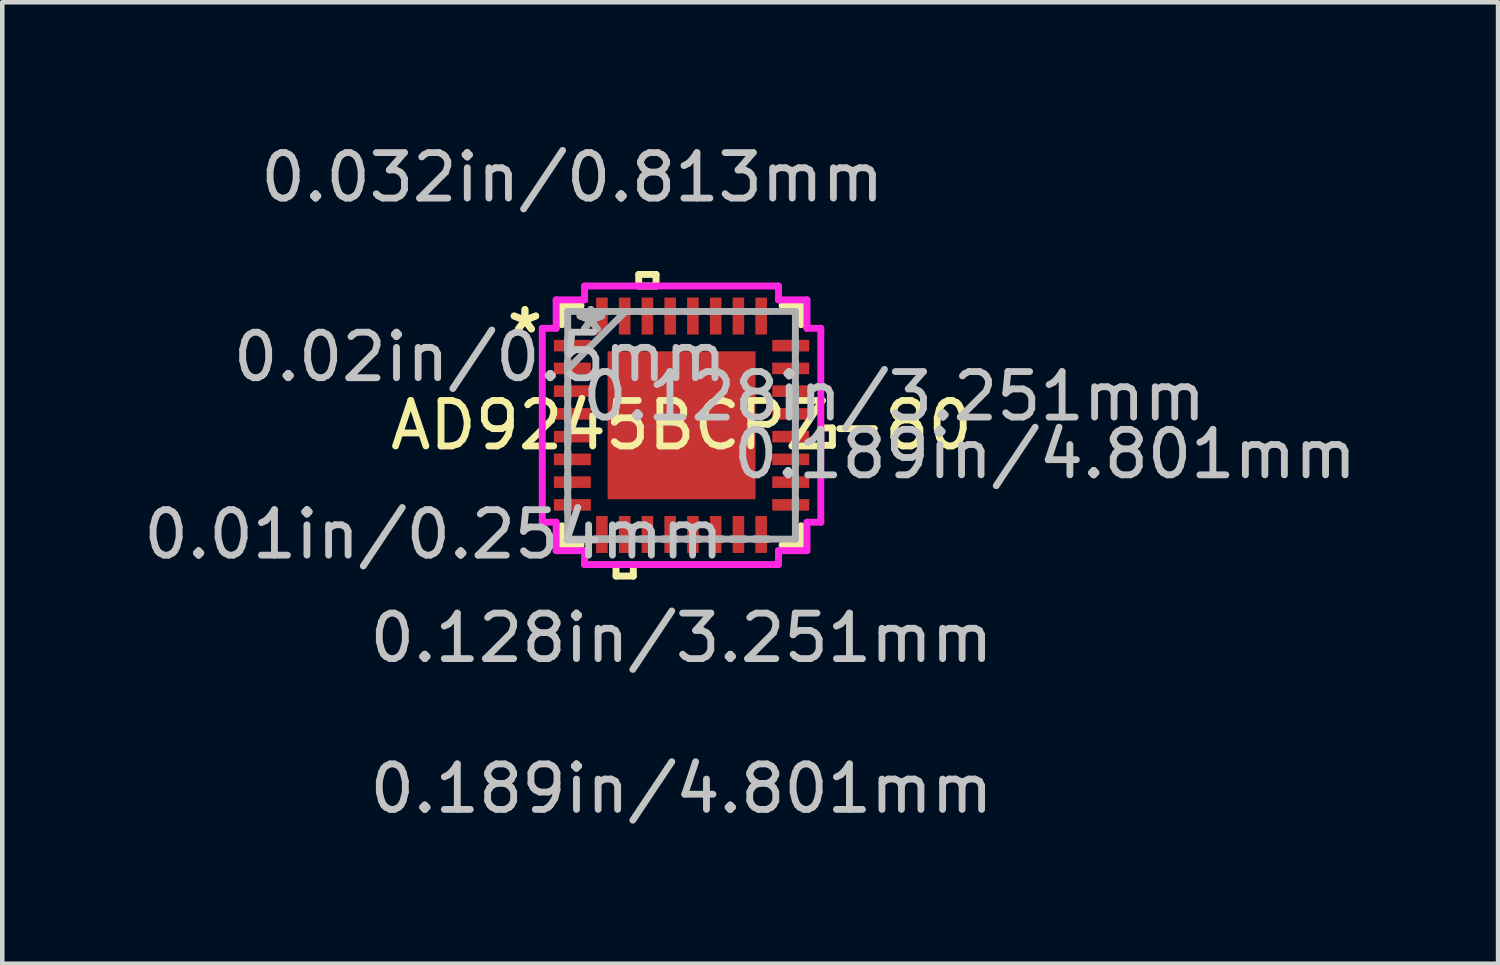
<source format=kicad_pcb>
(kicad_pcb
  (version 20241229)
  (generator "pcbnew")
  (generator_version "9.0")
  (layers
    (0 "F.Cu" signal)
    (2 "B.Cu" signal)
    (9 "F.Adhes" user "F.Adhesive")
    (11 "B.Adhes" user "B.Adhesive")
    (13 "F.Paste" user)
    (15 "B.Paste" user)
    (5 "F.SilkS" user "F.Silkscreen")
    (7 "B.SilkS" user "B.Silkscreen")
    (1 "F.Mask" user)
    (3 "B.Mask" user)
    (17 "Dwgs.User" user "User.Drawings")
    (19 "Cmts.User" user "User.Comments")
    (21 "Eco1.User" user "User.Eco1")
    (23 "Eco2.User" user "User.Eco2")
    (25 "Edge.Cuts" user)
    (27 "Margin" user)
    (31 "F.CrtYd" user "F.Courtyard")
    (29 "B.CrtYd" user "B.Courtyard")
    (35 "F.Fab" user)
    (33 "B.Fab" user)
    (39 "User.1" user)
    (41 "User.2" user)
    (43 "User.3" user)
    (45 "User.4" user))
  (footprint "AD9245BCPZ-80"
    (layer "F.Cu")
    (at 11.93 6.297)
    (property "Reference" "AD9245BCPZ-80" (at 0 0 0) (layer "F.SilkS") (effects (font (size 1 1) (thickness 0.15))))
    (attr through_hole)
    (fp_line (start -2.629 -2.629) (end -2.629 -2.21) (stroke (width 0.152) (type solid)) (layer "F.SilkS"))
    (fp_line (start -2.629 2.21) (end -2.629 2.629) (stroke (width 0.152) (type solid)) (layer "F.SilkS"))
    (fp_line (start -2.629 2.629) (end -2.21 2.629) (stroke (width 0.152) (type solid)) (layer "F.SilkS"))
    (fp_line (start -2.21 -2.629) (end -2.629 -2.629) (stroke (width 0.152) (type solid)) (layer "F.SilkS"))
    (fp_line (start -1.44 3.061) (end -1.44 3.315) (stroke (width 0.152) (type solid)) (layer "F.SilkS"))
    (fp_line (start -1.44 3.315) (end -1.06 3.315) (stroke (width 0.152) (type solid)) (layer "F.SilkS"))
    (fp_line (start -1.06 3.061) (end -1.44 3.061) (stroke (width 0.152) (type solid)) (layer "F.SilkS"))
    (fp_line (start -1.06 3.315) (end -1.06 3.061) (stroke (width 0.152) (type solid)) (layer "F.SilkS"))
    (fp_line (start -0.941 -3.315) (end -0.56 -3.315) (stroke (width 0.152) (type solid)) (layer "F.SilkS"))
    (fp_line (start -0.941 -3.061) (end -0.941 -3.315) (stroke (width 0.152) (type solid)) (layer "F.SilkS"))
    (fp_line (start -0.56 -3.315) (end -0.56 -3.061) (stroke (width 0.152) (type solid)) (layer "F.SilkS"))
    (fp_line (start -0.56 -3.061) (end -0.941 -3.061) (stroke (width 0.152) (type solid)) (layer "F.SilkS"))
    (fp_line (start 2.21 2.629) (end 2.629 2.629) (stroke (width 0.152) (type solid)) (layer "F.SilkS"))
    (fp_line (start 2.629 -2.629) (end 2.21 -2.629) (stroke (width 0.152) (type solid)) (layer "F.SilkS"))
    (fp_line (start 2.629 -2.21) (end 2.629 -2.629) (stroke (width 0.152) (type solid)) (layer "F.SilkS"))
    (fp_line (start 2.629 2.629) (end 2.629 2.21) (stroke (width 0.152) (type solid)) (layer "F.SilkS"))
    (fp_line (start 3.061 0.059) (end 3.315 0.059) (stroke (width 0.152) (type solid)) (layer "F.SilkS"))
    (fp_line (start 3.061 0.441) (end 3.061 0.059) (stroke (width 0.152) (type solid)) (layer "F.SilkS"))
    (fp_line (start 3.315 0.059) (end 3.315 0.441) (stroke (width 0.152) (type solid)) (layer "F.SilkS"))
    (fp_line (start 3.315 0.441) (end 3.061 0.441) (stroke (width 0.152) (type solid)) (layer "F.SilkS"))
    (fp_line (start -1.526 -1.526) (end -1.526 -0.1) (stroke (width 0.152) (type solid)) (layer "F.Paste"))
    (fp_line (start -1.526 -0.1) (end -0.1 -0.1) (stroke (width 0.152) (type solid)) (layer "F.Paste"))
    (fp_line (start -1.526 0.1) (end -1.526 1.526) (stroke (width 0.152) (type solid)) (layer "F.Paste"))
    (fp_line (start -1.526 1.526) (end -0.1 1.526) (stroke (width 0.152) (type solid)) (layer "F.Paste"))
    (fp_line (start -0.1 -1.526) (end -1.526 -1.526) (stroke (width 0.152) (type solid)) (layer "F.Paste"))
    (fp_line (start -0.1 -0.1) (end -0.1 -1.526) (stroke (width 0.152) (type solid)) (layer "F.Paste"))
    (fp_line (start -0.1 0.1) (end -1.526 0.1) (stroke (width 0.152) (type solid)) (layer "F.Paste"))
    (fp_line (start -0.1 1.526) (end -0.1 0.1) (stroke (width 0.152) (type solid)) (layer "F.Paste"))
    (fp_line (start 0.1 -1.526) (end 0.1 -0.1) (stroke (width 0.152) (type solid)) (layer "F.Paste"))
    (fp_line (start 0.1 -0.1) (end 1.526 -0.1) (stroke (width 0.152) (type solid)) (layer "F.Paste"))
    (fp_line (start 0.1 0.1) (end 0.1 1.526) (stroke (width 0.152) (type solid)) (layer "F.Paste"))
    (fp_line (start 0.1 1.526) (end 1.526 1.526) (stroke (width 0.152) (type solid)) (layer "F.Paste"))
    (fp_line (start 1.526 -1.526) (end 0.1 -1.526) (stroke (width 0.152) (type solid)) (layer "F.Paste"))
    (fp_line (start 1.526 -0.1) (end 1.526 -1.526) (stroke (width 0.152) (type solid)) (layer "F.Paste"))
    (fp_line (start 1.526 0.1) (end 0.1 0.1) (stroke (width 0.152) (type solid)) (layer "F.Paste"))
    (fp_line (start 1.526 1.526) (end 1.526 0.1) (stroke (width 0.152) (type solid)) (layer "F.Paste"))
    (fp_line (start -3.061 -2.131) (end -2.756 -2.131) (stroke (width 0.152) (type solid)) (layer "F.CrtYd"))
    (fp_line (start -3.061 2.131) (end -3.061 -2.131) (stroke (width 0.152) (type solid)) (layer "F.CrtYd"))
    (fp_line (start -2.756 -2.756) (end -2.131 -2.756) (stroke (width 0.152) (type solid)) (layer "F.CrtYd"))
    (fp_line (start -2.756 -2.131) (end -2.756 -2.756) (stroke (width 0.152) (type solid)) (layer "F.CrtYd"))
    (fp_line (start -2.756 2.131) (end -3.061 2.131) (stroke (width 0.152) (type solid)) (layer "F.CrtYd"))
    (fp_line (start -2.756 2.756) (end -2.756 2.131) (stroke (width 0.152) (type solid)) (layer "F.CrtYd"))
    (fp_line (start -2.131 -3.061) (end 2.131 -3.061) (stroke (width 0.152) (type solid)) (layer "F.CrtYd"))
    (fp_line (start -2.131 -2.756) (end -2.131 -3.061) (stroke (width 0.152) (type solid)) (layer "F.CrtYd"))
    (fp_line (start -2.131 2.756) (end -2.756 2.756) (stroke (width 0.152) (type solid)) (layer "F.CrtYd"))
    (fp_line (start -2.131 3.061) (end -2.131 2.756) (stroke (width 0.152) (type solid)) (layer "F.CrtYd"))
    (fp_line (start 2.131 -3.061) (end 2.131 -2.756) (stroke (width 0.152) (type solid)) (layer "F.CrtYd"))
    (fp_line (start 2.131 -2.756) (end 2.756 -2.756) (stroke (width 0.152) (type solid)) (layer "F.CrtYd"))
    (fp_line (start 2.131 2.756) (end 2.131 3.061) (stroke (width 0.152) (type solid)) (layer "F.CrtYd"))
    (fp_line (start 2.131 3.061) (end -2.131 3.061) (stroke (width 0.152) (type solid)) (layer "F.CrtYd"))
    (fp_line (start 2.756 -2.756) (end 2.756 -2.131) (stroke (width 0.152) (type solid)) (layer "F.CrtYd"))
    (fp_line (start 2.756 -2.131) (end 3.061 -2.131) (stroke (width 0.152) (type solid)) (layer "F.CrtYd"))
    (fp_line (start 2.756 2.131) (end 2.756 2.756) (stroke (width 0.152) (type solid)) (layer "F.CrtYd"))
    (fp_line (start 2.756 2.756) (end 2.131 2.756) (stroke (width 0.152) (type solid)) (layer "F.CrtYd"))
    (fp_line (start 3.061 -2.131) (end 3.061 2.131) (stroke (width 0.152) (type solid)) (layer "F.CrtYd"))
    (fp_line (start 3.061 2.131) (end 2.756 2.131) (stroke (width 0.152) (type solid)) (layer "F.CrtYd"))
    (fp_line (start -2.502 -2.502) (end -2.502 -2.502) (stroke (width 0.152) (type solid)) (layer "F.Fab"))
    (fp_line (start -2.502 -2.502) (end -2.502 2.502) (stroke (width 0.152) (type solid)) (layer "F.Fab"))
    (fp_line (start -2.502 -1.902) (end -2.502 -1.902) (stroke (width 0.152) (type solid)) (layer "F.Fab"))
    (fp_line (start -2.502 -1.902) (end -2.502 -1.598) (stroke (width 0.152) (type solid)) (layer "F.Fab"))
    (fp_line (start -2.502 -1.598) (end -2.502 -1.902) (stroke (width 0.152) (type solid)) (layer "F.Fab"))
    (fp_line (start -2.502 -1.598) (end -2.502 -1.598) (stroke (width 0.152) (type solid)) (layer "F.Fab"))
    (fp_line (start -2.502 -1.402) (end -2.502 -1.402) (stroke (width 0.152) (type solid)) (layer "F.Fab"))
    (fp_line (start -2.502 -1.402) (end -2.502 -1.098) (stroke (width 0.152) (type solid)) (layer "F.Fab"))
    (fp_line (start -2.502 -1.232) (end -1.232 -2.502) (stroke (width 0.152) (type solid)) (layer "F.Fab"))
    (fp_line (start -2.502 -1.098) (end -2.502 -1.402) (stroke (width 0.152) (type solid)) (layer "F.Fab"))
    (fp_line (start -2.502 -1.098) (end -2.502 -1.098) (stroke (width 0.152) (type solid)) (layer "F.Fab"))
    (fp_line (start -2.502 -0.902) (end -2.502 -0.902) (stroke (width 0.152) (type solid)) (layer "F.Fab"))
    (fp_line (start -2.502 -0.902) (end -2.502 -0.598) (stroke (width 0.152) (type solid)) (layer "F.Fab"))
    (fp_line (start -2.502 -0.598) (end -2.502 -0.902) (stroke (width 0.152) (type solid)) (layer "F.Fab"))
    (fp_line (start -2.502 -0.598) (end -2.502 -0.598) (stroke (width 0.152) (type solid)) (layer "F.Fab"))
    (fp_line (start -2.502 -0.402) (end -2.502 -0.402) (stroke (width 0.152) (type solid)) (layer "F.Fab"))
    (fp_line (start -2.502 -0.402) (end -2.502 -0.098) (stroke (width 0.152) (type solid)) (layer "F.Fab"))
    (fp_line (start -2.502 -0.098) (end -2.502 -0.402) (stroke (width 0.152) (type solid)) (layer "F.Fab"))
    (fp_line (start -2.502 -0.098) (end -2.502 -0.098) (stroke (width 0.152) (type solid)) (layer "F.Fab"))
    (fp_line (start -2.502 0.098) (end -2.502 0.098) (stroke (width 0.152) (type solid)) (layer "F.Fab"))
    (fp_line (start -2.502 0.098) (end -2.502 0.402) (stroke (width 0.152) (type solid)) (layer "F.Fab"))
    (fp_line (start -2.502 0.402) (end -2.502 0.098) (stroke (width 0.152) (type solid)) (layer "F.Fab"))
    (fp_line (start -2.502 0.402) (end -2.502 0.402) (stroke (width 0.152) (type solid)) (layer "F.Fab"))
    (fp_line (start -2.502 0.598) (end -2.502 0.598) (stroke (width 0.152) (type solid)) (layer "F.Fab"))
    (fp_line (start -2.502 0.598) (end -2.502 0.902) (stroke (width 0.152) (type solid)) (layer "F.Fab"))
    (fp_line (start -2.502 0.902) (end -2.502 0.598) (stroke (width 0.152) (type solid)) (layer "F.Fab"))
    (fp_line (start -2.502 0.902) (end -2.502 0.902) (stroke (width 0.152) (type solid)) (layer "F.Fab"))
    (fp_line (start -2.502 1.098) (end -2.502 1.098) (stroke (width 0.152) (type solid)) (layer "F.Fab"))
    (fp_line (start -2.502 1.098) (end -2.502 1.402) (stroke (width 0.152) (type solid)) (layer "F.Fab"))
    (fp_line (start -2.502 1.402) (end -2.502 1.098) (stroke (width 0.152) (type solid)) (layer "F.Fab"))
    (fp_line (start -2.502 1.402) (end -2.502 1.402) (stroke (width 0.152) (type solid)) (layer "F.Fab"))
    (fp_line (start -2.502 1.598) (end -2.502 1.598) (stroke (width 0.152) (type solid)) (layer "F.Fab"))
    (fp_line (start -2.502 1.598) (end -2.502 1.902) (stroke (width 0.152) (type solid)) (layer "F.Fab"))
    (fp_line (start -2.502 1.902) (end -2.502 1.598) (stroke (width 0.152) (type solid)) (layer "F.Fab"))
    (fp_line (start -2.502 1.902) (end -2.502 1.902) (stroke (width 0.152) (type solid)) (layer "F.Fab"))
    (fp_line (start -2.502 2.502) (end -2.502 2.502) (stroke (width 0.152) (type solid)) (layer "F.Fab"))
    (fp_line (start -2.502 2.502) (end 2.502 2.502) (stroke (width 0.152) (type solid)) (layer "F.Fab"))
    (fp_line (start -1.902 -2.502) (end -1.902 -2.502) (stroke (width 0.152) (type solid)) (layer "F.Fab"))
    (fp_line (start -1.902 -2.502) (end -1.598 -2.502) (stroke (width 0.152) (type solid)) (layer "F.Fab"))
    (fp_line (start -1.902 2.502) (end -1.902 2.502) (stroke (width 0.152) (type solid)) (layer "F.Fab"))
    (fp_line (start -1.902 2.502) (end -1.598 2.502) (stroke (width 0.152) (type solid)) (layer "F.Fab"))
    (fp_line (start -1.598 -2.502) (end -1.902 -2.502) (stroke (width 0.152) (type solid)) (layer "F.Fab"))
    (fp_line (start -1.598 -2.502) (end -1.598 -2.502) (stroke (width 0.152) (type solid)) (layer "F.Fab"))
    (fp_line (start -1.598 2.502) (end -1.902 2.502) (stroke (width 0.152) (type solid)) (layer "F.Fab"))
    (fp_line (start -1.598 2.502) (end -1.598 2.502) (stroke (width 0.152) (type solid)) (layer "F.Fab"))
    (fp_line (start -1.402 -2.502) (end -1.402 -2.502) (stroke (width 0.152) (type solid)) (layer "F.Fab"))
    (fp_line (start -1.402 -2.502) (end -1.098 -2.502) (stroke (width 0.152) (type solid)) (layer "F.Fab"))
    (fp_line (start -1.402 2.502) (end -1.402 2.502) (stroke (width 0.152) (type solid)) (layer "F.Fab"))
    (fp_line (start -1.402 2.502) (end -1.098 2.502) (stroke (width 0.152) (type solid)) (layer "F.Fab"))
    (fp_line (start -1.098 -2.502) (end -1.402 -2.502) (stroke (width 0.152) (type solid)) (layer "F.Fab"))
    (fp_line (start -1.098 -2.502) (end -1.098 -2.502) (stroke (width 0.152) (type solid)) (layer "F.Fab"))
    (fp_line (start -1.098 2.502) (end -1.402 2.502) (stroke (width 0.152) (type solid)) (layer "F.Fab"))
    (fp_line (start -1.098 2.502) (end -1.098 2.502) (stroke (width 0.152) (type solid)) (layer "F.Fab"))
    (fp_line (start -0.902 -2.502) (end -0.902 -2.502) (stroke (width 0.152) (type solid)) (layer "F.Fab"))
    (fp_line (start -0.902 -2.502) (end -0.598 -2.502) (stroke (width 0.152) (type solid)) (layer "F.Fab"))
    (fp_line (start -0.902 2.502) (end -0.902 2.502) (stroke (width 0.152) (type solid)) (layer "F.Fab"))
    (fp_line (start -0.902 2.502) (end -0.598 2.502) (stroke (width 0.152) (type solid)) (layer "F.Fab"))
    (fp_line (start -0.598 -2.502) (end -0.902 -2.502) (stroke (width 0.152) (type solid)) (layer "F.Fab"))
    (fp_line (start -0.598 -2.502) (end -0.598 -2.502) (stroke (width 0.152) (type solid)) (layer "F.Fab"))
    (fp_line (start -0.598 2.502) (end -0.902 2.502) (stroke (width 0.152) (type solid)) (layer "F.Fab"))
    (fp_line (start -0.598 2.502) (end -0.598 2.502) (stroke (width 0.152) (type solid)) (layer "F.Fab"))
    (fp_line (start -0.402 -2.502) (end -0.402 -2.502) (stroke (width 0.152) (type solid)) (layer "F.Fab"))
    (fp_line (start -0.402 -2.502) (end -0.098 -2.502) (stroke (width 0.152) (type solid)) (layer "F.Fab"))
    (fp_line (start -0.402 2.502) (end -0.402 2.502) (stroke (width 0.152) (type solid)) (layer "F.Fab"))
    (fp_line (start -0.402 2.502) (end -0.098 2.502) (stroke (width 0.152) (type solid)) (layer "F.Fab"))
    (fp_line (start -0.098 -2.502) (end -0.402 -2.502) (stroke (width 0.152) (type solid)) (layer "F.Fab"))
    (fp_line (start -0.098 -2.502) (end -0.098 -2.502) (stroke (width 0.152) (type solid)) (layer "F.Fab"))
    (fp_line (start -0.098 2.502) (end -0.402 2.502) (stroke (width 0.152) (type solid)) (layer "F.Fab"))
    (fp_line (start -0.098 2.502) (end -0.098 2.502) (stroke (width 0.152) (type solid)) (layer "F.Fab"))
    (fp_line (start 0.098 -2.502) (end 0.098 -2.502) (stroke (width 0.152) (type solid)) (layer "F.Fab"))
    (fp_line (start 0.098 -2.502) (end 0.402 -2.502) (stroke (width 0.152) (type solid)) (layer "F.Fab"))
    (fp_line (start 0.098 2.502) (end 0.098 2.502) (stroke (width 0.152) (type solid)) (layer "F.Fab"))
    (fp_line (start 0.098 2.502) (end 0.402 2.502) (stroke (width 0.152) (type solid)) (layer "F.Fab"))
    (fp_line (start 0.402 -2.502) (end 0.098 -2.502) (stroke (width 0.152) (type solid)) (layer "F.Fab"))
    (fp_line (start 0.402 -2.502) (end 0.402 -2.502) (stroke (width 0.152) (type solid)) (layer "F.Fab"))
    (fp_line (start 0.402 2.502) (end 0.098 2.502) (stroke (width 0.152) (type solid)) (layer "F.Fab"))
    (fp_line (start 0.402 2.502) (end 0.402 2.502) (stroke (width 0.152) (type solid)) (layer "F.Fab"))
    (fp_line (start 0.598 -2.502) (end 0.598 -2.502) (stroke (width 0.152) (type solid)) (layer "F.Fab"))
    (fp_line (start 0.598 -2.502) (end 0.902 -2.502) (stroke (width 0.152) (type solid)) (layer "F.Fab"))
    (fp_line (start 0.598 2.502) (end 0.598 2.502) (stroke (width 0.152) (type solid)) (layer "F.Fab"))
    (fp_line (start 0.598 2.502) (end 0.902 2.502) (stroke (width 0.152) (type solid)) (layer "F.Fab"))
    (fp_line (start 0.902 -2.502) (end 0.598 -2.502) (stroke (width 0.152) (type solid)) (layer "F.Fab"))
    (fp_line (start 0.902 -2.502) (end 0.902 -2.502) (stroke (width 0.152) (type solid)) (layer "F.Fab"))
    (fp_line (start 0.902 2.502) (end 0.598 2.502) (stroke (width 0.152) (type solid)) (layer "F.Fab"))
    (fp_line (start 0.902 2.502) (end 0.902 2.502) (stroke (width 0.152) (type solid)) (layer "F.Fab"))
    (fp_line (start 1.098 -2.502) (end 1.098 -2.502) (stroke (width 0.152) (type solid)) (layer "F.Fab"))
    (fp_line (start 1.098 -2.502) (end 1.402 -2.502) (stroke (width 0.152) (type solid)) (layer "F.Fab"))
    (fp_line (start 1.098 2.502) (end 1.098 2.502) (stroke (width 0.152) (type solid)) (layer "F.Fab"))
    (fp_line (start 1.098 2.502) (end 1.402 2.502) (stroke (width 0.152) (type solid)) (layer "F.Fab"))
    (fp_line (start 1.402 -2.502) (end 1.098 -2.502) (stroke (width 0.152) (type solid)) (layer "F.Fab"))
    (fp_line (start 1.402 -2.502) (end 1.402 -2.502) (stroke (width 0.152) (type solid)) (layer "F.Fab"))
    (fp_line (start 1.402 2.502) (end 1.098 2.502) (stroke (width 0.152) (type solid)) (layer "F.Fab"))
    (fp_line (start 1.402 2.502) (end 1.402 2.502) (stroke (width 0.152) (type solid)) (layer "F.Fab"))
    (fp_line (start 1.598 -2.502) (end 1.598 -2.502) (stroke (width 0.152) (type solid)) (layer "F.Fab"))
    (fp_line (start 1.598 -2.502) (end 1.902 -2.502) (stroke (width 0.152) (type solid)) (layer "F.Fab"))
    (fp_line (start 1.598 2.502) (end 1.598 2.502) (stroke (width 0.152) (type solid)) (layer "F.Fab"))
    (fp_line (start 1.598 2.502) (end 1.902 2.502) (stroke (width 0.152) (type solid)) (layer "F.Fab"))
    (fp_line (start 1.902 -2.502) (end 1.598 -2.502) (stroke (width 0.152) (type solid)) (layer "F.Fab"))
    (fp_line (start 1.902 -2.502) (end 1.902 -2.502) (stroke (width 0.152) (type solid)) (layer "F.Fab"))
    (fp_line (start 1.902 2.502) (end 1.598 2.502) (stroke (width 0.152) (type solid)) (layer "F.Fab"))
    (fp_line (start 1.902 2.502) (end 1.902 2.502) (stroke (width 0.152) (type solid)) (layer "F.Fab"))
    (fp_line (start 2.502 -2.502) (end -2.502 -2.502) (stroke (width 0.152) (type solid)) (layer "F.Fab"))
    (fp_line (start 2.502 -2.502) (end 2.502 -2.502) (stroke (width 0.152) (type solid)) (layer "F.Fab"))
    (fp_line (start 2.502 -1.902) (end 2.502 -1.902) (stroke (width 0.152) (type solid)) (layer "F.Fab"))
    (fp_line (start 2.502 -1.902) (end 2.502 -1.598) (stroke (width 0.152) (type solid)) (layer "F.Fab"))
    (fp_line (start 2.502 -1.598) (end 2.502 -1.902) (stroke (width 0.152) (type solid)) (layer "F.Fab"))
    (fp_line (start 2.502 -1.598) (end 2.502 -1.598) (stroke (width 0.152) (type solid)) (layer "F.Fab"))
    (fp_line (start 2.502 -1.402) (end 2.502 -1.402) (stroke (width 0.152) (type solid)) (layer "F.Fab"))
    (fp_line (start 2.502 -1.402) (end 2.502 -1.098) (stroke (width 0.152) (type solid)) (layer "F.Fab"))
    (fp_line (start 2.502 -1.098) (end 2.502 -1.402) (stroke (width 0.152) (type solid)) (layer "F.Fab"))
    (fp_line (start 2.502 -1.098) (end 2.502 -1.098) (stroke (width 0.152) (type solid)) (layer "F.Fab"))
    (fp_line (start 2.502 -0.902) (end 2.502 -0.902) (stroke (width 0.152) (type solid)) (layer "F.Fab"))
    (fp_line (start 2.502 -0.902) (end 2.502 -0.598) (stroke (width 0.152) (type solid)) (layer "F.Fab"))
    (fp_line (start 2.502 -0.598) (end 2.502 -0.902) (stroke (width 0.152) (type solid)) (layer "F.Fab"))
    (fp_line (start 2.502 -0.598) (end 2.502 -0.598) (stroke (width 0.152) (type solid)) (layer "F.Fab"))
    (fp_line (start 2.502 -0.402) (end 2.502 -0.402) (stroke (width 0.152) (type solid)) (layer "F.Fab"))
    (fp_line (start 2.502 -0.402) (end 2.502 -0.098) (stroke (width 0.152) (type solid)) (layer "F.Fab"))
    (fp_line (start 2.502 -0.098) (end 2.502 -0.402) (stroke (width 0.152) (type solid)) (layer "F.Fab"))
    (fp_line (start 2.502 -0.098) (end 2.502 -0.098) (stroke (width 0.152) (type solid)) (layer "F.Fab"))
    (fp_line (start 2.502 0.098) (end 2.502 0.098) (stroke (width 0.152) (type solid)) (layer "F.Fab"))
    (fp_line (start 2.502 0.098) (end 2.502 0.402) (stroke (width 0.152) (type solid)) (layer "F.Fab"))
    (fp_line (start 2.502 0.402) (end 2.502 0.098) (stroke (width 0.152) (type solid)) (layer "F.Fab"))
    (fp_line (start 2.502 0.402) (end 2.502 0.402) (stroke (width 0.152) (type solid)) (layer "F.Fab"))
    (fp_line (start 2.502 0.598) (end 2.502 0.598) (stroke (width 0.152) (type solid)) (layer "F.Fab"))
    (fp_line (start 2.502 0.598) (end 2.502 0.902) (stroke (width 0.152) (type solid)) (layer "F.Fab"))
    (fp_line (start 2.502 0.902) (end 2.502 0.598) (stroke (width 0.152) (type solid)) (layer "F.Fab"))
    (fp_line (start 2.502 0.902) (end 2.502 0.902) (stroke (width 0.152) (type solid)) (layer "F.Fab"))
    (fp_line (start 2.502 1.098) (end 2.502 1.098) (stroke (width 0.152) (type solid)) (layer "F.Fab"))
    (fp_line (start 2.502 1.098) (end 2.502 1.402) (stroke (width 0.152) (type solid)) (layer "F.Fab"))
    (fp_line (start 2.502 1.402) (end 2.502 1.098) (stroke (width 0.152) (type solid)) (layer "F.Fab"))
    (fp_line (start 2.502 1.402) (end 2.502 1.402) (stroke (width 0.152) (type solid)) (layer "F.Fab"))
    (fp_line (start 2.502 1.598) (end 2.502 1.598) (stroke (width 0.152) (type solid)) (layer "F.Fab"))
    (fp_line (start 2.502 1.598) (end 2.502 1.902) (stroke (width 0.152) (type solid)) (layer "F.Fab"))
    (fp_line (start 2.502 1.902) (end 2.502 1.598) (stroke (width 0.152) (type solid)) (layer "F.Fab"))
    (fp_line (start 2.502 1.902) (end 2.502 1.902) (stroke (width 0.152) (type solid)) (layer "F.Fab"))
    (fp_line (start 2.502 2.502) (end 2.502 -2.502) (stroke (width 0.152) (type solid)) (layer "F.Fab"))
    (fp_line (start 2.502 2.502) (end 2.502 2.502) (stroke (width 0.152) (type solid)) (layer "F.Fab"))
    (fp_text user "*" (at -3.442 -2 0) (layer "F.SilkS") (effects (font (size 1 1) (thickness 0.15))))
    (fp_text user "*" (at -3.442 -2 0) (layer "F.SilkS") (effects (font (size 1 1) (thickness 0.15))))
    (fp_text user "0.128in/3.251mm" (at 0 4.674 0) (layer "Dwgs.User") (effects (font (size 1 1) (thickness 0.15))))
    (fp_text user "0.189in/4.801mm" (at 0 7.988 0) (layer "Dwgs.User") (effects (font (size 1 1) (thickness 0.15))))
    (fp_text user "0.01in/0.254mm" (at -5.448 2.4 0) (layer "Dwgs.User") (effects (font (size 1 1) (thickness 0.15))))
    (fp_text user "0.189in/4.801mm" (at 7.988 0.635 0) (layer "Dwgs.User") (effects (font (size 1 1) (thickness 0.15))))
    (fp_text user "0.032in/0.813mm" (at -2.4 -5.448 0) (layer "Dwgs.User") (effects (font (size 1 1) (thickness 0.15))))
    (fp_text user "0.128in/3.251mm" (at 4.674 -0.635 0) (layer "Dwgs.User") (effects (font (size 1 1) (thickness 0.15))))
    (fp_text user "0.02in/0.5mm" (at -4.432 -1.5 0) (layer "Dwgs.User") (effects (font (size 1 1) (thickness 0.15))))
    (fp_text user "Copyright 2016 Accelerated Designs. All rights reserved." (at 0 0 0) (layer "Cmts.User") (effects (font (size 0.127 0.127) (thickness 0.002))))
    (fp_text user "*" (at -1.994 -2 0) (layer "F.Fab") (effects (font (size 1 1) (thickness 0.15))))
    (fp_text user "*" (at -1.994 -2 0) (layer "F.Fab") (effects (font (size 1 1) (thickness 0.15))))
    (pad "1" smd rect (at -2.4 -1.75 90) (size 0.254 0.813) (layers "F.Cu" "F.Mask" "F.Paste"))
    (pad "2" smd rect (at -2.4 -1.25 90) (size 0.254 0.813) (layers "F.Cu" "F.Mask" "F.Paste"))
    (pad "3" smd rect (at -2.4 -0.75 90) (size 0.254 0.813) (layers "F.Cu" "F.Mask" "F.Paste"))
    (pad "4" smd rect (at -2.4 -0.25 90) (size 0.254 0.813) (layers "F.Cu" "F.Mask" "F.Paste"))
    (pad "5" smd rect (at -2.4 0.25 90) (size 0.254 0.813) (layers "F.Cu" "F.Mask" "F.Paste"))
    (pad "6" smd rect (at -2.4 0.75 90) (size 0.254 0.813) (layers "F.Cu" "F.Mask" "F.Paste"))
    (pad "7" smd rect (at -2.4 1.25 90) (size 0.254 0.813) (layers "F.Cu" "F.Mask" "F.Paste"))
    (pad "8" smd rect (at -2.4 1.75 90) (size 0.254 0.813) (layers "F.Cu" "F.Mask" "F.Paste"))
    (pad "9" smd rect (at -1.75 2.4) (size 0.254 0.813) (layers "F.Cu" "F.Mask" "F.Paste"))
    (pad "10" smd rect (at -1.25 2.4) (size 0.254 0.813) (layers "F.Cu" "F.Mask" "F.Paste"))
    (pad "11" smd rect (at -0.75 2.4) (size 0.254 0.813) (layers "F.Cu" "F.Mask" "F.Paste"))
    (pad "12" smd rect (at -0.25 2.4) (size 0.254 0.813) (layers "F.Cu" "F.Mask" "F.Paste"))
    (pad "13" smd rect (at 0.25 2.4) (size 0.254 0.813) (layers "F.Cu" "F.Mask" "F.Paste"))
    (pad "14" smd rect (at 0.75 2.4) (size 0.254 0.813) (layers "F.Cu" "F.Mask" "F.Paste"))
    (pad "15" smd rect (at 1.25 2.4) (size 0.254 0.813) (layers "F.Cu" "F.Mask" "F.Paste"))
    (pad "16" smd rect (at 1.75 2.4) (size 0.254 0.813) (layers "F.Cu" "F.Mask" "F.Paste"))
    (pad "17" smd rect (at 2.4 1.75 90) (size 0.254 0.813) (layers "F.Cu" "F.Mask" "F.Paste"))
    (pad "18" smd rect (at 2.4 1.25 90) (size 0.254 0.813) (layers "F.Cu" "F.Mask" "F.Paste"))
    (pad "19" smd rect (at 2.4 0.75 90) (size 0.254 0.813) (layers "F.Cu" "F.Mask" "F.Paste"))
    (pad "20" smd rect (at 2.4 0.25 90) (size 0.254 0.813) (layers "F.Cu" "F.Mask" "F.Paste"))
    (pad "21" smd rect (at 2.4 -0.25 90) (size 0.254 0.813) (layers "F.Cu" "F.Mask" "F.Paste"))
    (pad "22" smd rect (at 2.4 -0.75 90) (size 0.254 0.813) (layers "F.Cu" "F.Mask" "F.Paste"))
    (pad "23" smd rect (at 2.4 -1.25 90) (size 0.254 0.813) (layers "F.Cu" "F.Mask" "F.Paste"))
    (pad "24" smd rect (at 2.4 -1.75 90) (size 0.254 0.813) (layers "F.Cu" "F.Mask" "F.Paste"))
    (pad "25" smd rect (at 1.75 -2.4) (size 0.254 0.813) (layers "F.Cu" "F.Mask" "F.Paste"))
    (pad "26" smd rect (at 1.25 -2.4) (size 0.254 0.813) (layers "F.Cu" "F.Mask" "F.Paste"))
    (pad "27" smd rect (at 0.75 -2.4) (size 0.254 0.813) (layers "F.Cu" "F.Mask" "F.Paste"))
    (pad "28" smd rect (at 0.25 -2.4) (size 0.254 0.813) (layers "F.Cu" "F.Mask" "F.Paste"))
    (pad "29" smd rect (at -0.25 -2.4) (size 0.254 0.813) (layers "F.Cu" "F.Mask" "F.Paste"))
    (pad "30" smd rect (at -0.75 -2.4) (size 0.254 0.813) (layers "F.Cu" "F.Mask" "F.Paste"))
    (pad "31" smd rect (at -1.25 -2.4) (size 0.254 0.813) (layers "F.Cu" "F.Mask" "F.Paste"))
    (pad "32" smd rect (at -1.75 -2.4) (size 0.254 0.813) (layers "F.Cu" "F.Mask" "F.Paste"))
    (pad "33" smd rect (at 0 0) (size 3.251 3.251) (layers "F.Cu" "F.Mask" "F.Paste")))
  (gr_rect
    (start -3 -3)
    (end 29.877 18.133)
    (stroke (width 0.1) (type default))
    (fill no)
    (layer "Edge.Cuts")))
</source>
